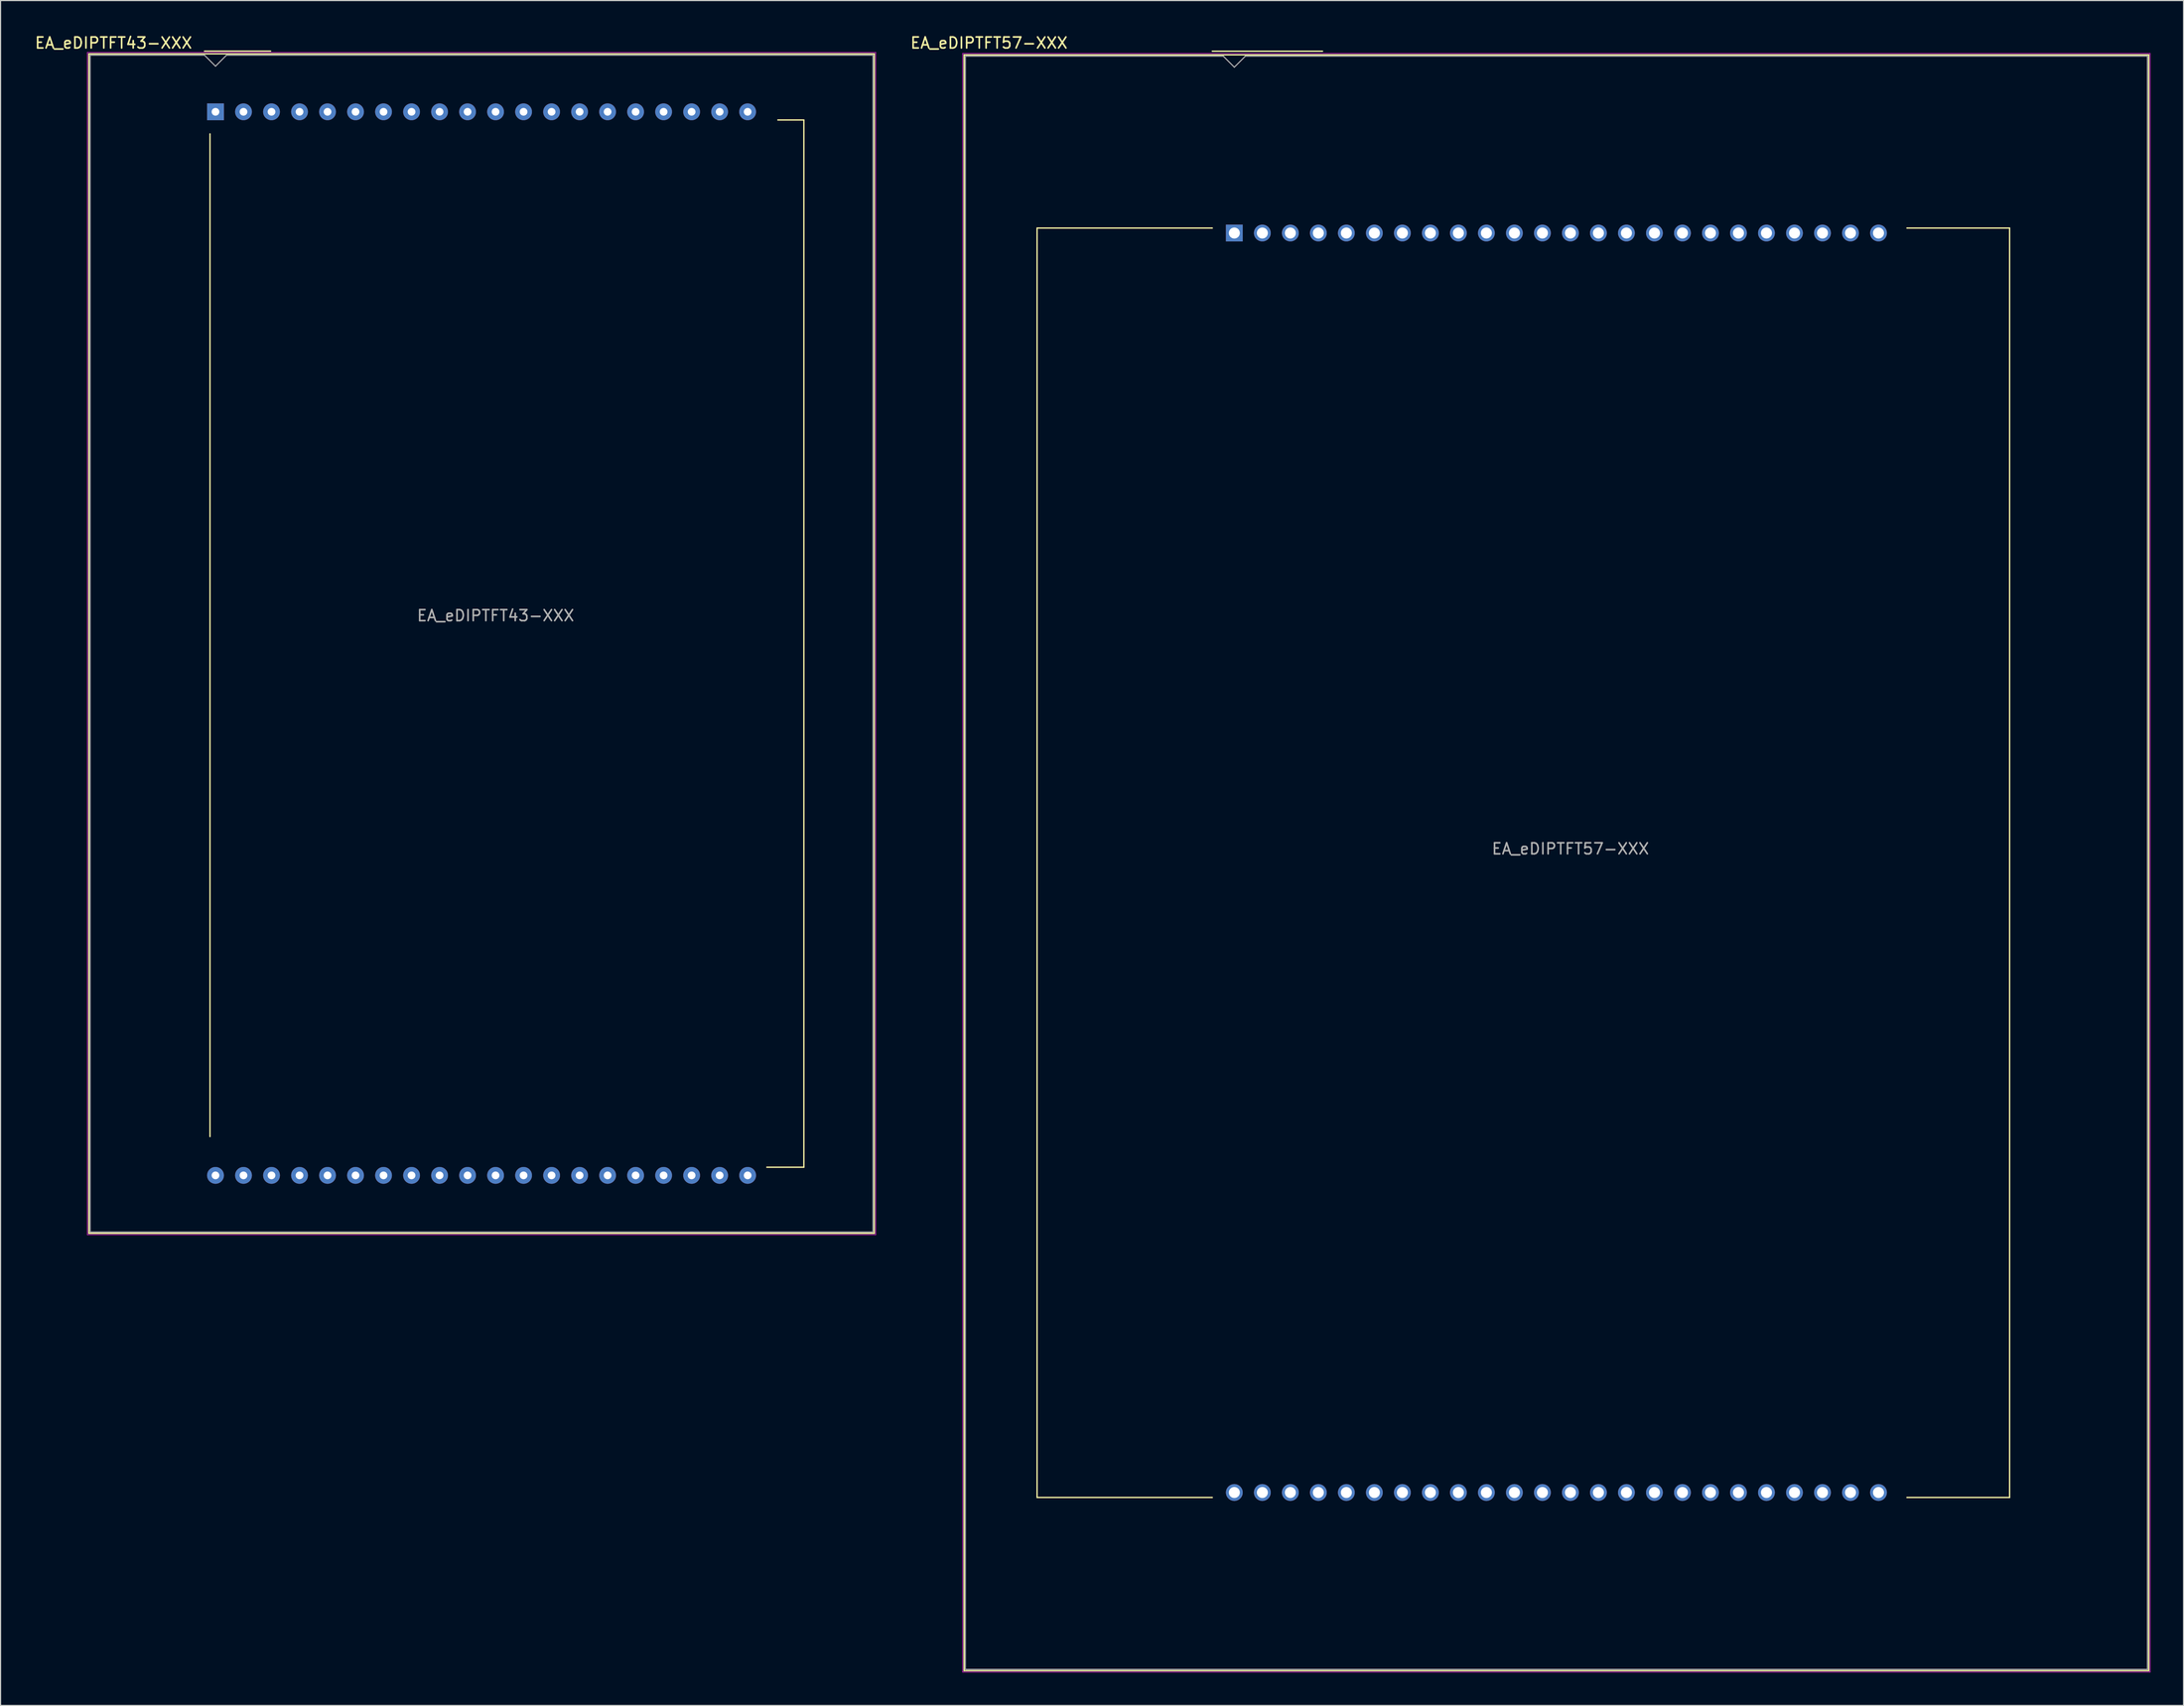
<source format=kicad_pcb>
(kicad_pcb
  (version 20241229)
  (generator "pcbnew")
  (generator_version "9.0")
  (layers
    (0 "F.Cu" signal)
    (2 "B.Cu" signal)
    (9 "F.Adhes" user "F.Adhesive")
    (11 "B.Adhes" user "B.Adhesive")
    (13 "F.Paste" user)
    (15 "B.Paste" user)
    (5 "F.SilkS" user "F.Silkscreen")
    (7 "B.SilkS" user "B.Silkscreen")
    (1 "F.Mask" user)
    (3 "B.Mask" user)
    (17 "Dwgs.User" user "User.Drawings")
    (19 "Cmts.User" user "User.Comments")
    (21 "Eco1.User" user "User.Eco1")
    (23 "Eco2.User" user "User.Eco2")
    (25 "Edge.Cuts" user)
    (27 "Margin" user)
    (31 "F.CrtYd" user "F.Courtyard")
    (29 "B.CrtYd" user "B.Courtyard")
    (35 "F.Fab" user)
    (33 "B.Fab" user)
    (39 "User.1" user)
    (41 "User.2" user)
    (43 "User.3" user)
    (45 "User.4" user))
  (footprint "EA_eDIPTFT43-XXX"
    (layer "F.Cu")
    (at 16.494 7.098)
    (property "Reference" "EA_eDIPTFT43-XXX" (at -9.25 -6.25 0) (layer "F.SilkS") (effects (font (size 1 1) (thickness 0.15))))
    (attr through_hole)
    (fp_line (start -11.49 -5.26) (end 59.75 -5.26) (stroke (width 0.12) (type solid)) (layer "F.SilkS"))
    (fp_line (start -11.49 101.78) (end -11.49 -5.26) (stroke (width 0.12) (type solid)) (layer "F.SilkS"))
    (fp_line (start -1 -5.51) (end 5 -5.51) (stroke (width 0.12) (type solid)) (layer "F.SilkS"))
    (fp_line (start -0.5 93) (end -0.5 2) (stroke (width 0.12) (type solid)) (layer "F.SilkS"))
    (fp_line (start 51 0.74) (end 53.36 0.74) (stroke (width 0.12) (type solid)) (layer "F.SilkS"))
    (fp_line (start 53.36 0.74) (end 53.36 95.78) (stroke (width 0.12) (type solid)) (layer "F.SilkS"))
    (fp_line (start 53.36 95.78) (end 50 95.78) (stroke (width 0.12) (type solid)) (layer "F.SilkS"))
    (fp_line (start 59.75 -5.26) (end 59.75 101.78) (stroke (width 0.12) (type solid)) (layer "F.SilkS"))
    (fp_line (start 59.75 101.78) (end -11.49 101.78) (stroke (width 0.12) (type solid)) (layer "F.SilkS"))
    (fp_line (start -11.62 -5.39) (end 59.88 -5.39) (stroke (width 0.05) (type solid)) (layer "F.CrtYd"))
    (fp_line (start -11.62 101.91) (end -11.62 -5.39) (stroke (width 0.05) (type solid)) (layer "F.CrtYd"))
    (fp_line (start 59.88 -5.39) (end 59.88 101.91) (stroke (width 0.05) (type solid)) (layer "F.CrtYd"))
    (fp_line (start 59.88 101.91) (end -11.62 101.91) (stroke (width 0.05) (type solid)) (layer "F.CrtYd"))
    (fp_line (start -11.37 -5.14) (end -1 -5.14) (stroke (width 0.1) (type solid)) (layer "F.Fab"))
    (fp_line (start -11.37 101.66) (end -11.37 -5.14) (stroke (width 0.1) (type solid)) (layer "F.Fab"))
    (fp_line (start -1 -5.14) (end 0 -4.14) (stroke (width 0.1) (type solid)) (layer "F.Fab"))
    (fp_line (start 0 -4.14) (end 1 -5.14) (stroke (width 0.1) (type solid)) (layer "F.Fab"))
    (fp_line (start 1 -5.14) (end 59.63 -5.14) (stroke (width 0.1) (type solid)) (layer "F.Fab"))
    (fp_line (start 59.63 -5.14) (end 59.63 101.66) (stroke (width 0.1) (type solid)) (layer "F.Fab"))
    (fp_line (start 59.63 101.66) (end -11.37 101.66) (stroke (width 0.1) (type solid)) (layer "F.Fab"))
    (fp_text user "${REFERENCE}" (at 25.4 45.72 0) (layer "F.Fab") (effects (font (size 1 1) (thickness 0.15))))
    (pad "1" thru_hole rect (at 0 0) (size 1.524 1.524) (drill 0.7) (layers "*.Cu" "*.Mask"))
    (pad "2" thru_hole circle (at 2.54 0) (size 1.524 1.524) (drill 0.7) (layers "*.Cu" "*.Mask"))
    (pad "3" thru_hole circle (at 5.08 0) (size 1.524 1.524) (drill 0.7) (layers "*.Cu" "*.Mask"))
    (pad "4" thru_hole circle (at 7.62 0) (size 1.524 1.524) (drill 0.7) (layers "*.Cu" "*.Mask"))
    (pad "5" thru_hole circle (at 10.16 0) (size 1.524 1.524) (drill 0.7) (layers "*.Cu" "*.Mask"))
    (pad "6" thru_hole circle (at 12.7 0) (size 1.524 1.524) (drill 0.7) (layers "*.Cu" "*.Mask"))
    (pad "7" thru_hole circle (at 15.24 0) (size 1.524 1.524) (drill 0.7) (layers "*.Cu" "*.Mask"))
    (pad "8" thru_hole circle (at 17.78 0) (size 1.524 1.524) (drill 0.7) (layers "*.Cu" "*.Mask"))
    (pad "9" thru_hole circle (at 20.32 0) (size 1.524 1.524) (drill 0.7) (layers "*.Cu" "*.Mask"))
    (pad "10" thru_hole circle (at 22.86 0) (size 1.524 1.524) (drill 0.7) (layers "*.Cu" "*.Mask"))
    (pad "11" thru_hole circle (at 25.4 0) (size 1.524 1.524) (drill 0.7) (layers "*.Cu" "*.Mask"))
    (pad "12" thru_hole circle (at 27.94 0) (size 1.524 1.524) (drill 0.7) (layers "*.Cu" "*.Mask"))
    (pad "13" thru_hole circle (at 30.48 0) (size 1.524 1.524) (drill 0.7) (layers "*.Cu" "*.Mask"))
    (pad "14" thru_hole circle (at 33.02 0) (size 1.524 1.524) (drill 0.7) (layers "*.Cu" "*.Mask"))
    (pad "15" thru_hole circle (at 35.56 0) (size 1.524 1.524) (drill 0.7) (layers "*.Cu" "*.Mask"))
    (pad "16" thru_hole circle (at 38.1 0) (size 1.524 1.524) (drill 0.7) (layers "*.Cu" "*.Mask"))
    (pad "17" thru_hole circle (at 40.64 0) (size 1.524 1.524) (drill 0.7) (layers "*.Cu" "*.Mask"))
    (pad "18" thru_hole circle (at 43.18 0) (size 1.524 1.524) (drill 0.7) (layers "*.Cu" "*.Mask"))
    (pad "19" thru_hole circle (at 45.72 0) (size 1.524 1.524) (drill 0.7) (layers "*.Cu" "*.Mask"))
    (pad "20" thru_hole circle (at 48.26 0) (size 1.524 1.524) (drill 0.7) (layers "*.Cu" "*.Mask"))
    (pad "21" thru_hole circle (at 48.26 96.52) (size 1.524 1.524) (drill 0.7) (layers "*.Cu" "*.Mask"))
    (pad "22" thru_hole circle (at 45.72 96.52) (size 1.524 1.524) (drill 0.7) (layers "*.Cu" "*.Mask"))
    (pad "23" thru_hole circle (at 43.18 96.52) (size 1.524 1.524) (drill 0.7) (layers "*.Cu" "*.Mask"))
    (pad "24" thru_hole circle (at 40.64 96.52) (size 1.524 1.524) (drill 0.7) (layers "*.Cu" "*.Mask"))
    (pad "25" thru_hole circle (at 38.1 96.52) (size 1.524 1.524) (drill 0.7) (layers "*.Cu" "*.Mask"))
    (pad "26" thru_hole circle (at 35.56 96.52) (size 1.524 1.524) (drill 0.7) (layers "*.Cu" "*.Mask"))
    (pad "27" thru_hole circle (at 33.02 96.52) (size 1.524 1.524) (drill 0.7) (layers "*.Cu" "*.Mask"))
    (pad "28" thru_hole circle (at 30.48 96.52) (size 1.524 1.524) (drill 0.7) (layers "*.Cu" "*.Mask"))
    (pad "29" thru_hole circle (at 27.94 96.52) (size 1.524 1.524) (drill 0.7) (layers "*.Cu" "*.Mask"))
    (pad "30" thru_hole circle (at 25.4 96.52) (size 1.524 1.524) (drill 0.7) (layers "*.Cu" "*.Mask"))
    (pad "31" thru_hole circle (at 22.86 96.52) (size 1.524 1.524) (drill 0.7) (layers "*.Cu" "*.Mask"))
    (pad "32" thru_hole circle (at 20.32 96.52) (size 1.524 1.524) (drill 0.7) (layers "*.Cu" "*.Mask"))
    (pad "33" thru_hole circle (at 17.78 96.52) (size 1.524 1.524) (drill 0.7) (layers "*.Cu" "*.Mask"))
    (pad "34" thru_hole circle (at 15.24 96.52) (size 1.524 1.524) (drill 0.7) (layers "*.Cu" "*.Mask"))
    (pad "35" thru_hole circle (at 12.7 96.52) (size 1.524 1.524) (drill 0.7) (layers "*.Cu" "*.Mask"))
    (pad "36" thru_hole circle (at 10.16 96.52) (size 1.524 1.524) (drill 0.7) (layers "*.Cu" "*.Mask"))
    (pad "37" thru_hole circle (at 7.62 96.52) (size 1.524 1.524) (drill 0.7) (layers "*.Cu" "*.Mask"))
    (pad "38" thru_hole circle (at 5.08 96.52) (size 1.524 1.524) (drill 0.7) (layers "*.Cu" "*.Mask"))
    (pad "39" thru_hole circle (at 2.54 96.52) (size 1.524 1.524) (drill 0.7) (layers "*.Cu" "*.Mask"))
    (pad "40" thru_hole circle (at 0 96.52) (size 1.524 1.524) (drill 0.7) (layers "*.Cu" "*.Mask")))
  (footprint "EA_eDIPTFT57-XXX"
    (layer "F.Cu")
    (at 108.893 18.098)
    (property "Reference" "EA_eDIPTFT57-XXX" (at -22.25 -17.25 0) (layer "F.SilkS") (effects (font (size 1 1) (thickness 0.15))))
    (attr through_hole)
    (fp_line (start -24.51 -16.17) (end 82.93 -16.17) (stroke (width 0.12) (type solid)) (layer "F.SilkS"))
    (fp_line (start -24.51 130.47) (end -24.51 -16.17) (stroke (width 0.12) (type solid)) (layer "F.SilkS"))
    (fp_line (start -17.89 -0.45) (end -2 -0.45) (stroke (width 0.12) (type solid)) (layer "F.SilkS"))
    (fp_line (start -17.89 114.75) (end -17.89 -0.45) (stroke (width 0.12) (type solid)) (layer "F.SilkS"))
    (fp_line (start -2 -16.5) (end 8 -16.5) (stroke (width 0.12) (type solid)) (layer "F.SilkS"))
    (fp_line (start -2 114.75) (end -17.89 114.75) (stroke (width 0.12) (type solid)) (layer "F.SilkS"))
    (fp_line (start 61 -0.45) (end 70.31 -0.45) (stroke (width 0.12) (type solid)) (layer "F.SilkS"))
    (fp_line (start 61 114.75) (end 70.31 114.75) (stroke (width 0.12) (type solid)) (layer "F.SilkS"))
    (fp_line (start 70.31 -0.45) (end 70.31 114.75) (stroke (width 0.12) (type solid)) (layer "F.SilkS"))
    (fp_line (start 82.93 -16.17) (end 82.93 130.47) (stroke (width 0.12) (type solid)) (layer "F.SilkS"))
    (fp_line (start 82.93 130.47) (end -24.51 130.47) (stroke (width 0.12) (type solid)) (layer "F.SilkS"))
    (fp_line (start -24.64 -16.3) (end 83.06 -16.3) (stroke (width 0.05) (type solid)) (layer "F.CrtYd"))
    (fp_line (start -24.64 130.6) (end -24.64 -16.3) (stroke (width 0.05) (type solid)) (layer "F.CrtYd"))
    (fp_line (start 83.06 -16.3) (end 83.06 130.6) (stroke (width 0.05) (type solid)) (layer "F.CrtYd"))
    (fp_line (start 83.06 130.6) (end -24.64 130.6) (stroke (width 0.05) (type solid)) (layer "F.CrtYd"))
    (fp_line (start -24.39 -16.05) (end -1 -16.05) (stroke (width 0.1) (type solid)) (layer "F.Fab"))
    (fp_line (start -24.39 130.35) (end -24.39 -16.05) (stroke (width 0.1) (type solid)) (layer "F.Fab"))
    (fp_line (start 0 -15.05) (end -1 -16.05) (stroke (width 0.1) (type solid)) (layer "F.Fab"))
    (fp_line (start 0 -15.05) (end 1 -16.05) (stroke (width 0.1) (type solid)) (layer "F.Fab"))
    (fp_line (start 1 -16.05) (end 82.81 -16.05) (stroke (width 0.1) (type solid)) (layer "F.Fab"))
    (fp_line (start 82.81 -16.05) (end 82.81 130.35) (stroke (width 0.1) (type solid)) (layer "F.Fab"))
    (fp_line (start 82.81 130.35) (end -24.39 130.35) (stroke (width 0.1) (type solid)) (layer "F.Fab"))
    (fp_text user "${REFERENCE}" (at 30.48 55.88 0) (layer "F.Fab") (effects (font (size 1 1) (thickness 0.15))))
    (pad "1" thru_hole rect (at 0 0) (size 1.524 1.524) (drill 1) (layers "*.Cu" "*.Mask"))
    (pad "2" thru_hole circle (at 2.54 0) (size 1.524 1.524) (drill 1) (layers "*.Cu" "*.Mask"))
    (pad "3" thru_hole circle (at 5.08 0) (size 1.524 1.524) (drill 1) (layers "*.Cu" "*.Mask"))
    (pad "4" thru_hole circle (at 7.62 0) (size 1.524 1.524) (drill 1) (layers "*.Cu" "*.Mask"))
    (pad "5" thru_hole circle (at 10.16 0) (size 1.524 1.524) (drill 1) (layers "*.Cu" "*.Mask"))
    (pad "6" thru_hole circle (at 12.7 0) (size 1.524 1.524) (drill 1) (layers "*.Cu" "*.Mask"))
    (pad "7" thru_hole circle (at 15.24 0) (size 1.524 1.524) (drill 1) (layers "*.Cu" "*.Mask"))
    (pad "8" thru_hole circle (at 17.78 0) (size 1.524 1.524) (drill 1) (layers "*.Cu" "*.Mask"))
    (pad "9" thru_hole circle (at 20.32 0) (size 1.524 1.524) (drill 1) (layers "*.Cu" "*.Mask"))
    (pad "10" thru_hole circle (at 22.86 0) (size 1.524 1.524) (drill 1) (layers "*.Cu" "*.Mask"))
    (pad "11" thru_hole circle (at 25.4 0) (size 1.524 1.524) (drill 1) (layers "*.Cu" "*.Mask"))
    (pad "12" thru_hole circle (at 27.94 0) (size 1.524 1.524) (drill 1) (layers "*.Cu" "*.Mask"))
    (pad "13" thru_hole circle (at 30.48 0) (size 1.524 1.524) (drill 1) (layers "*.Cu" "*.Mask"))
    (pad "14" thru_hole circle (at 33.02 0) (size 1.524 1.524) (drill 1) (layers "*.Cu" "*.Mask"))
    (pad "15" thru_hole circle (at 35.56 0) (size 1.524 1.524) (drill 1) (layers "*.Cu" "*.Mask"))
    (pad "16" thru_hole circle (at 38.1 0) (size 1.524 1.524) (drill 1) (layers "*.Cu" "*.Mask"))
    (pad "17" thru_hole circle (at 40.64 0) (size 1.524 1.524) (drill 1) (layers "*.Cu" "*.Mask"))
    (pad "18" thru_hole circle (at 43.18 0) (size 1.524 1.524) (drill 1) (layers "*.Cu" "*.Mask"))
    (pad "19" thru_hole circle (at 45.72 0) (size 1.524 1.524) (drill 1) (layers "*.Cu" "*.Mask"))
    (pad "20" thru_hole circle (at 48.26 0) (size 1.524 1.524) (drill 1) (layers "*.Cu" "*.Mask"))
    (pad "21" thru_hole circle (at 50.8 0) (size 1.524 1.524) (drill 1) (layers "*.Cu" "*.Mask"))
    (pad "22" thru_hole circle (at 53.34 0) (size 1.524 1.524) (drill 1) (layers "*.Cu" "*.Mask"))
    (pad "23" thru_hole circle (at 55.88 0) (size 1.524 1.524) (drill 1) (layers "*.Cu" "*.Mask"))
    (pad "24" thru_hole circle (at 58.42 0) (size 1.524 1.524) (drill 1) (layers "*.Cu" "*.Mask"))
    (pad "25" thru_hole circle (at 58.42 114.3) (size 1.524 1.524) (drill 1) (layers "*.Cu" "*.Mask"))
    (pad "26" thru_hole circle (at 55.88 114.3) (size 1.524 1.524) (drill 1) (layers "*.Cu" "*.Mask"))
    (pad "27" thru_hole circle (at 53.34 114.3) (size 1.524 1.524) (drill 1) (layers "*.Cu" "*.Mask"))
    (pad "28" thru_hole circle (at 50.8 114.3) (size 1.524 1.524) (drill 1) (layers "*.Cu" "*.Mask"))
    (pad "29" thru_hole circle (at 48.26 114.3) (size 1.524 1.524) (drill 1) (layers "*.Cu" "*.Mask"))
    (pad "30" thru_hole circle (at 45.72 114.3) (size 1.524 1.524) (drill 1) (layers "*.Cu" "*.Mask"))
    (pad "31" thru_hole circle (at 43.18 114.3) (size 1.524 1.524) (drill 1) (layers "*.Cu" "*.Mask"))
    (pad "32" thru_hole circle (at 40.64 114.3) (size 1.524 1.524) (drill 1) (layers "*.Cu" "*.Mask"))
    (pad "33" thru_hole circle (at 38.1 114.3) (size 1.524 1.524) (drill 1) (layers "*.Cu" "*.Mask"))
    (pad "34" thru_hole circle (at 35.56 114.3) (size 1.524 1.524) (drill 1) (layers "*.Cu" "*.Mask"))
    (pad "35" thru_hole circle (at 33.02 114.3) (size 1.524 1.524) (drill 1) (layers "*.Cu" "*.Mask"))
    (pad "36" thru_hole circle (at 30.48 114.3) (size 1.524 1.524) (drill 1) (layers "*.Cu" "*.Mask"))
    (pad "37" thru_hole circle (at 27.94 114.3) (size 1.524 1.524) (drill 1) (layers "*.Cu" "*.Mask"))
    (pad "38" thru_hole circle (at 25.4 114.3) (size 1.524 1.524) (drill 1) (layers "*.Cu" "*.Mask"))
    (pad "39" thru_hole circle (at 22.86 114.3) (size 1.524 1.524) (drill 1) (layers "*.Cu" "*.Mask"))
    (pad "40" thru_hole circle (at 20.32 114.3) (size 1.524 1.524) (drill 1) (layers "*.Cu" "*.Mask"))
    (pad "41" thru_hole circle (at 17.78 114.3) (size 1.524 1.524) (drill 1) (layers "*.Cu" "*.Mask"))
    (pad "42" thru_hole circle (at 15.24 114.3) (size 1.524 1.524) (drill 1) (layers "*.Cu" "*.Mask"))
    (pad "43" thru_hole circle (at 12.7 114.3) (size 1.524 1.524) (drill 1) (layers "*.Cu" "*.Mask"))
    (pad "44" thru_hole circle (at 10.16 114.3) (size 1.524 1.524) (drill 1) (layers "*.Cu" "*.Mask"))
    (pad "45" thru_hole circle (at 7.62 114.3) (size 1.524 1.524) (drill 1) (layers "*.Cu" "*.Mask"))
    (pad "46" thru_hole circle (at 5.08 114.3) (size 1.524 1.524) (drill 1) (layers "*.Cu" "*.Mask"))
    (pad "47" thru_hole circle (at 2.54 114.3) (size 1.524 1.524) (drill 1) (layers "*.Cu" "*.Mask"))
    (pad "48" thru_hole circle (at 0 114.3) (size 1.524 1.524) (drill 1) (layers "*.Cu" "*.Mask")))
  (gr_rect
    (start -3 -3)
    (end 194.978 151.723)
    (stroke (width 0.1) (type default))
    (fill no)
    (layer "Edge.Cuts")))
</source>
